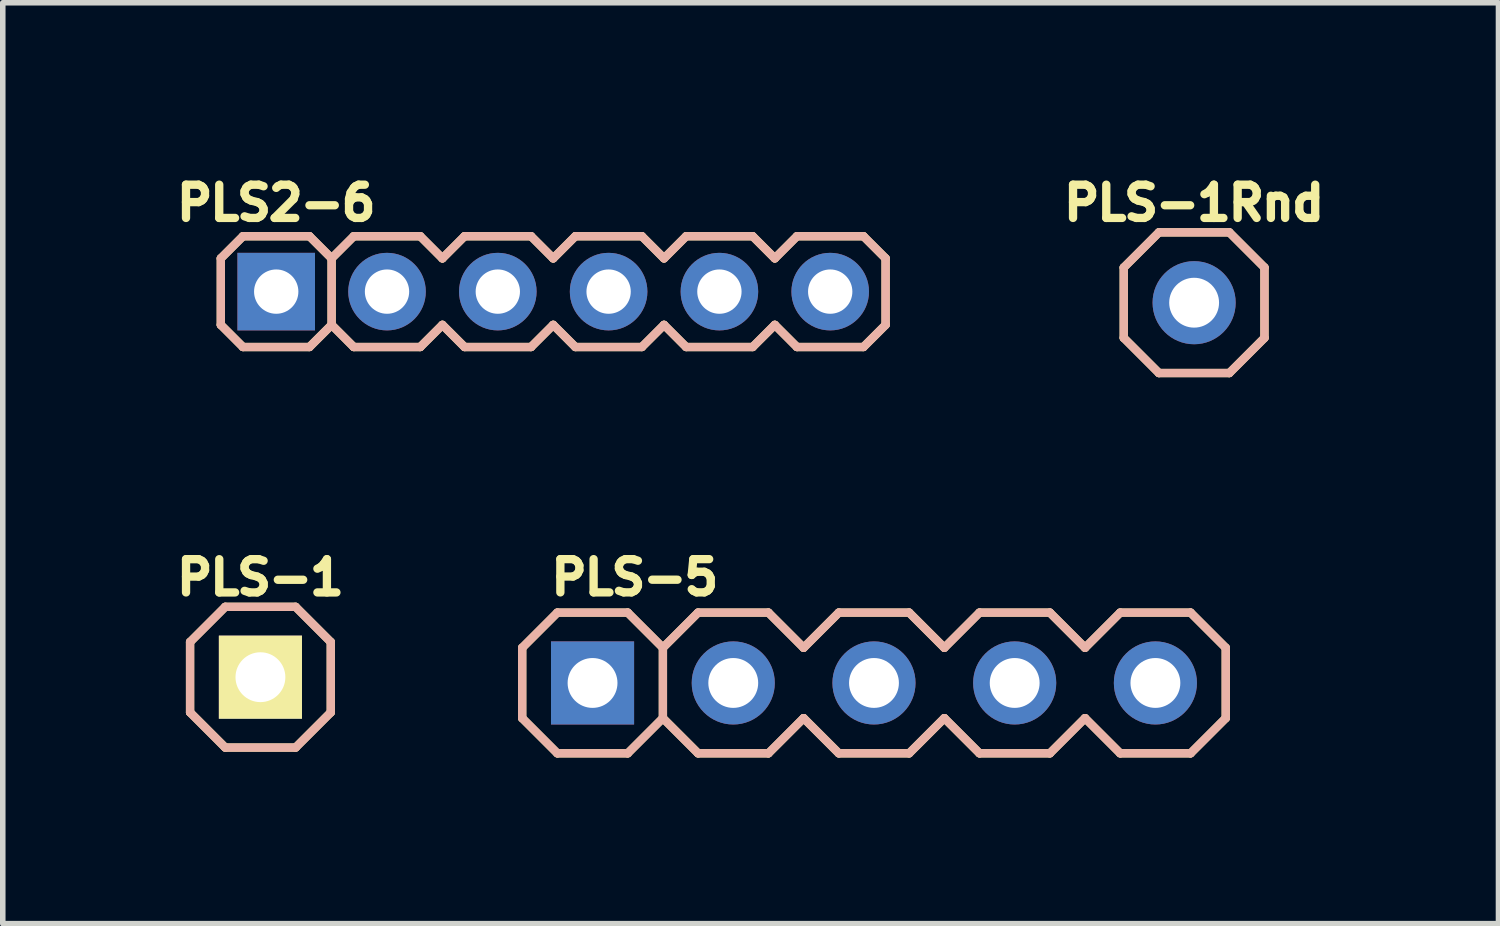
<source format=kicad_pcb>
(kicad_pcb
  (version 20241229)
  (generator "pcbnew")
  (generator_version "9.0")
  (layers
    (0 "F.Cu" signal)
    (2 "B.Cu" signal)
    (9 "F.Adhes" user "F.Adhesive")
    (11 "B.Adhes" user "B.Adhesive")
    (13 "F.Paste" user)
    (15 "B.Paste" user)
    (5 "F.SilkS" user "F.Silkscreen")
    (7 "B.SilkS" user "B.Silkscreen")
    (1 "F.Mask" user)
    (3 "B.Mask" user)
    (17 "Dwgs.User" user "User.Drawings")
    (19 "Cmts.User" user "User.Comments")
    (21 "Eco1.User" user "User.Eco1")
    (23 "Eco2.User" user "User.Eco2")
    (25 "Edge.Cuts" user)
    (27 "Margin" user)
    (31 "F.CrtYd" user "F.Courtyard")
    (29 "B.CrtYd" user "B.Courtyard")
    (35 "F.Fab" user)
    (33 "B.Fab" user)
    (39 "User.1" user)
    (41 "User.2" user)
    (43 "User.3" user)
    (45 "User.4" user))
  (footprint "PLS-5"
    (layer "F.Cu")
    (at 7.646 9.278)
    (property "Reference" "PLS-5" (at 0.762 -1.905 0) (layer "F.SilkS") (effects (font (size 0.6 0.6) (thickness 0.15))))
    (attr through_hole)
    (fp_line (start -1.27 0.635) (end -1.27 -0.635) (stroke (width 0.15) (type solid)) (layer "F.SilkS"))
    (fp_line (start -0.635 -1.27) (end -1.27 -0.635) (stroke (width 0.15) (type solid)) (layer "F.SilkS"))
    (fp_line (start -0.635 1.27) (end -1.27 0.635) (stroke (width 0.15) (type solid)) (layer "F.SilkS"))
    (fp_line (start 0.635 -1.27) (end -0.635 -1.27) (stroke (width 0.15) (type solid)) (layer "F.SilkS"))
    (fp_line (start 0.635 1.27) (end -0.635 1.27) (stroke (width 0.15) (type solid)) (layer "F.SilkS"))
    (fp_line (start 1.27 -0.635) (end 0.635 -1.27) (stroke (width 0.15) (type solid)) (layer "F.SilkS"))
    (fp_line (start 1.27 -0.635) (end 1.27 0.635) (stroke (width 0.15) (type solid)) (layer "F.SilkS"))
    (fp_line (start 1.27 0.635) (end 0.635 1.27) (stroke (width 0.15) (type solid)) (layer "F.SilkS"))
    (fp_line (start 1.905 -1.27) (end 1.27 -0.635) (stroke (width 0.15) (type solid)) (layer "F.SilkS"))
    (fp_line (start 1.905 1.27) (end 1.27 0.635) (stroke (width 0.15) (type solid)) (layer "F.SilkS"))
    (fp_line (start 3.175 -1.27) (end 1.905 -1.27) (stroke (width 0.15) (type solid)) (layer "F.SilkS"))
    (fp_line (start 3.175 1.27) (end 1.905 1.27) (stroke (width 0.15) (type solid)) (layer "F.SilkS"))
    (fp_line (start 3.81 -0.635) (end 3.175 -1.27) (stroke (width 0.15) (type solid)) (layer "F.SilkS"))
    (fp_line (start 3.81 0.635) (end 3.175 1.27) (stroke (width 0.15) (type solid)) (layer "F.SilkS"))
    (fp_line (start 4.445 -1.27) (end 3.81 -0.635) (stroke (width 0.15) (type solid)) (layer "F.SilkS"))
    (fp_line (start 4.445 1.27) (end 3.81 0.635) (stroke (width 0.15) (type solid)) (layer "F.SilkS"))
    (fp_line (start 5.715 -1.27) (end 4.445 -1.27) (stroke (width 0.15) (type solid)) (layer "F.SilkS"))
    (fp_line (start 5.715 1.27) (end 4.445 1.27) (stroke (width 0.15) (type solid)) (layer "F.SilkS"))
    (fp_line (start 6.35 -0.635) (end 5.715 -1.27) (stroke (width 0.15) (type solid)) (layer "F.SilkS"))
    (fp_line (start 6.35 0.635) (end 5.715 1.27) (stroke (width 0.15) (type solid)) (layer "F.SilkS"))
    (fp_line (start 6.985 -1.27) (end 6.35 -0.635) (stroke (width 0.15) (type solid)) (layer "F.SilkS"))
    (fp_line (start 6.985 1.27) (end 6.35 0.635) (stroke (width 0.15) (type solid)) (layer "F.SilkS"))
    (fp_line (start 8.255 -1.27) (end 6.985 -1.27) (stroke (width 0.15) (type solid)) (layer "F.SilkS"))
    (fp_line (start 8.255 1.27) (end 6.985 1.27) (stroke (width 0.15) (type solid)) (layer "F.SilkS"))
    (fp_line (start 8.89 -0.635) (end 8.255 -1.27) (stroke (width 0.15) (type solid)) (layer "F.SilkS"))
    (fp_line (start 8.89 0.635) (end 8.255 1.27) (stroke (width 0.15) (type solid)) (layer "F.SilkS"))
    (fp_line (start 9.525 -1.27) (end 8.89 -0.635) (stroke (width 0.15) (type solid)) (layer "F.SilkS"))
    (fp_line (start 9.525 1.27) (end 8.89 0.635) (stroke (width 0.15) (type solid)) (layer "F.SilkS"))
    (fp_line (start 10.795 -1.27) (end 9.525 -1.27) (stroke (width 0.15) (type solid)) (layer "F.SilkS"))
    (fp_line (start 10.795 1.27) (end 9.525 1.27) (stroke (width 0.15) (type solid)) (layer "F.SilkS"))
    (fp_line (start 11.43 -0.635) (end 10.795 -1.27) (stroke (width 0.15) (type solid)) (layer "F.SilkS"))
    (fp_line (start 11.43 -0.635) (end 11.43 0.635) (stroke (width 0.15) (type solid)) (layer "F.SilkS"))
    (fp_line (start 11.43 0.635) (end 10.795 1.27) (stroke (width 0.15) (type solid)) (layer "F.SilkS"))
    (fp_line (start -1.27 0.635) (end -1.27 -0.635) (stroke (width 0.15) (type solid)) (layer "B.SilkS"))
    (fp_line (start -0.635 -1.27) (end -1.27 -0.635) (stroke (width 0.15) (type solid)) (layer "B.SilkS"))
    (fp_line (start -0.635 -1.27) (end 0.635 -1.27) (stroke (width 0.15) (type solid)) (layer "B.SilkS"))
    (fp_line (start -0.635 1.27) (end -1.27 0.635) (stroke (width 0.15) (type solid)) (layer "B.SilkS"))
    (fp_line (start 0.635 1.27) (end -0.635 1.27) (stroke (width 0.15) (type solid)) (layer "B.SilkS"))
    (fp_line (start 1.27 -0.635) (end 0.635 -1.27) (stroke (width 0.15) (type solid)) (layer "B.SilkS"))
    (fp_line (start 1.27 -0.635) (end 1.27 0.635) (stroke (width 0.15) (type solid)) (layer "B.SilkS"))
    (fp_line (start 1.27 0.635) (end 0.635 1.27) (stroke (width 0.15) (type solid)) (layer "B.SilkS"))
    (fp_line (start 1.905 -1.27) (end 1.27 -0.635) (stroke (width 0.15) (type solid)) (layer "B.SilkS"))
    (fp_line (start 1.905 -1.27) (end 3.175 -1.27) (stroke (width 0.15) (type solid)) (layer "B.SilkS"))
    (fp_line (start 1.905 1.27) (end 1.27 0.635) (stroke (width 0.15) (type solid)) (layer "B.SilkS"))
    (fp_line (start 3.175 1.27) (end 1.905 1.27) (stroke (width 0.15) (type solid)) (layer "B.SilkS"))
    (fp_line (start 3.81 -0.635) (end 3.175 -1.27) (stroke (width 0.15) (type solid)) (layer "B.SilkS"))
    (fp_line (start 3.81 0.635) (end 3.175 1.27) (stroke (width 0.15) (type solid)) (layer "B.SilkS"))
    (fp_line (start 4.445 -1.27) (end 3.81 -0.635) (stroke (width 0.15) (type solid)) (layer "B.SilkS"))
    (fp_line (start 4.445 -1.27) (end 5.715 -1.27) (stroke (width 0.15) (type solid)) (layer "B.SilkS"))
    (fp_line (start 4.445 1.27) (end 3.81 0.635) (stroke (width 0.15) (type solid)) (layer "B.SilkS"))
    (fp_line (start 5.715 1.27) (end 4.445 1.27) (stroke (width 0.15) (type solid)) (layer "B.SilkS"))
    (fp_line (start 6.35 -0.635) (end 5.715 -1.27) (stroke (width 0.15) (type solid)) (layer "B.SilkS"))
    (fp_line (start 6.35 0.635) (end 5.715 1.27) (stroke (width 0.15) (type solid)) (layer "B.SilkS"))
    (fp_line (start 6.985 -1.27) (end 6.35 -0.635) (stroke (width 0.15) (type solid)) (layer "B.SilkS"))
    (fp_line (start 6.985 -1.27) (end 8.255 -1.27) (stroke (width 0.15) (type solid)) (layer "B.SilkS"))
    (fp_line (start 6.985 1.27) (end 6.35 0.635) (stroke (width 0.15) (type solid)) (layer "B.SilkS"))
    (fp_line (start 8.255 1.27) (end 6.985 1.27) (stroke (width 0.15) (type solid)) (layer "B.SilkS"))
    (fp_line (start 8.89 -0.635) (end 8.255 -1.27) (stroke (width 0.15) (type solid)) (layer "B.SilkS"))
    (fp_line (start 8.89 0.635) (end 8.255 1.27) (stroke (width 0.15) (type solid)) (layer "B.SilkS"))
    (fp_line (start 9.525 -1.27) (end 8.89 -0.635) (stroke (width 0.15) (type solid)) (layer "B.SilkS"))
    (fp_line (start 9.525 -1.27) (end 10.795 -1.27) (stroke (width 0.15) (type solid)) (layer "B.SilkS"))
    (fp_line (start 9.525 1.27) (end 8.89 0.635) (stroke (width 0.15) (type solid)) (layer "B.SilkS"))
    (fp_line (start 10.795 1.27) (end 9.525 1.27) (stroke (width 0.15) (type solid)) (layer "B.SilkS"))
    (fp_line (start 11.43 -0.635) (end 10.795 -1.27) (stroke (width 0.15) (type solid)) (layer "B.SilkS"))
    (fp_line (start 11.43 -0.635) (end 11.43 0.635) (stroke (width 0.15) (type solid)) (layer "B.SilkS"))
    (fp_line (start 11.43 0.635) (end 10.795 1.27) (stroke (width 0.15) (type solid)) (layer "B.SilkS"))
    (pad "1" thru_hole rect (at 0 0) (size 1.5 1.5) (drill 0.9) (layers "*.Cu" "*.Mask"))
    (pad "2" thru_hole circle (at 2.54 0) (size 1.5 1.5) (drill 0.9) (layers "*.Cu" "*.Mask"))
    (pad "3" thru_hole circle (at 5.08 0) (size 1.5 1.5) (drill 0.9) (layers "*.Cu" "*.Mask"))
    (pad "4" thru_hole circle (at 7.62 0) (size 1.5 1.5) (drill 0.9) (layers "*.Cu" "*.Mask"))
    (pad "5" thru_hole circle (at 10.16 0) (size 1.5 1.5) (drill 0.9) (layers "*.Cu" "*.Mask")))
  (footprint "PLS-1Rnd"
    (layer "F.Cu")
    (at 18.505 2.414)
    (property "Reference" "PLS-1Rnd" (at 0 -1.8 0) (layer "F.SilkS") (effects (font (size 0.6 0.6) (thickness 0.15))))
    (attr through_hole)
    (fp_line (start -1.27 -0.635) (end -1.27 0.635) (stroke (width 0.15) (type solid)) (layer "F.SilkS"))
    (fp_line (start -1.27 0.635) (end -0.635 1.27) (stroke (width 0.15) (type solid)) (layer "F.SilkS"))
    (fp_line (start -0.635 -1.27) (end -1.27 -0.635) (stroke (width 0.15) (type solid)) (layer "F.SilkS"))
    (fp_line (start 0.635 -1.27) (end -0.635 -1.27) (stroke (width 0.15) (type solid)) (layer "F.SilkS"))
    (fp_line (start 0.635 1.27) (end -0.635 1.27) (stroke (width 0.15) (type solid)) (layer "F.SilkS"))
    (fp_line (start 1.27 -0.635) (end 0.635 -1.27) (stroke (width 0.15) (type solid)) (layer "F.SilkS"))
    (fp_line (start 1.27 -0.635) (end 1.27 0.635) (stroke (width 0.15) (type solid)) (layer "F.SilkS"))
    (fp_line (start 1.27 0.635) (end 0.635 1.27) (stroke (width 0.15) (type solid)) (layer "F.SilkS"))
    (fp_line (start -1.27 -0.635) (end -1.27 0.635) (stroke (width 0.15) (type solid)) (layer "B.SilkS"))
    (fp_line (start -1.27 0.635) (end -0.635 1.27) (stroke (width 0.15) (type solid)) (layer "B.SilkS"))
    (fp_line (start -0.635 -1.27) (end -1.27 -0.635) (stroke (width 0.15) (type solid)) (layer "B.SilkS"))
    (fp_line (start -0.635 -1.27) (end 0.635 -1.27) (stroke (width 0.15) (type solid)) (layer "B.SilkS"))
    (fp_line (start 0.635 1.27) (end -0.635 1.27) (stroke (width 0.15) (type solid)) (layer "B.SilkS"))
    (fp_line (start 1.27 -0.635) (end 0.635 -1.27) (stroke (width 0.15) (type solid)) (layer "B.SilkS"))
    (fp_line (start 1.27 -0.635) (end 1.27 0.635) (stroke (width 0.15) (type solid)) (layer "B.SilkS"))
    (fp_line (start 1.27 0.635) (end 0.635 1.27) (stroke (width 0.15) (type solid)) (layer "B.SilkS"))
    (pad "1" thru_hole circle (at 0 0) (size 1.5 1.5) (drill 0.9) (layers "*.Cu" "*.Mask")))
  (footprint "PLS2-6"
    (layer "F.Cu")
    (at 6.936 2.214)
    (property "Reference" "PLS2-6" (at -5 -1.6 0) (layer "F.SilkS") (effects (font (size 0.6 0.6) (thickness 0.15))))
    (attr through_hole)
    (fp_line (start -6 -0.6) (end -5.6 -1) (stroke (width 0.15) (type solid)) (layer "F.SilkS"))
    (fp_line (start -6 0.6) (end -6 -0.6) (stroke (width 0.15) (type solid)) (layer "F.SilkS"))
    (fp_line (start -5.6 -1) (end -4.4 -1) (stroke (width 0.15) (type solid)) (layer "F.SilkS"))
    (fp_line (start -5.6 1) (end -6 0.6) (stroke (width 0.15) (type solid)) (layer "F.SilkS"))
    (fp_line (start -4.4 1) (end -5.6 1) (stroke (width 0.15) (type solid)) (layer "F.SilkS"))
    (fp_line (start -4 -0.6) (end -4.4 -1) (stroke (width 0.15) (type solid)) (layer "F.SilkS"))
    (fp_line (start -4 -0.6) (end -3.6 -1) (stroke (width 0.15) (type solid)) (layer "F.SilkS"))
    (fp_line (start -4 0.6) (end -4.4 1) (stroke (width 0.15) (type solid)) (layer "F.SilkS"))
    (fp_line (start -4 0.6) (end -4 -0.6) (stroke (width 0.15) (type solid)) (layer "F.SilkS"))
    (fp_line (start -3.6 -1) (end -2.4 -1) (stroke (width 0.15) (type solid)) (layer "F.SilkS"))
    (fp_line (start -3.6 1) (end -4 0.6) (stroke (width 0.15) (type solid)) (layer "F.SilkS"))
    (fp_line (start -2.4 -1) (end -2 -0.6) (stroke (width 0.15) (type solid)) (layer "F.SilkS"))
    (fp_line (start -2.4 1) (end -3.6 1) (stroke (width 0.15) (type solid)) (layer "F.SilkS"))
    (fp_line (start -2 -0.6) (end -1.6 -1) (stroke (width 0.15) (type solid)) (layer "F.SilkS"))
    (fp_line (start -2 0.6) (end -2.4 1) (stroke (width 0.15) (type solid)) (layer "F.SilkS"))
    (fp_line (start -1.6 -1) (end -0.4 -1) (stroke (width 0.15) (type solid)) (layer "F.SilkS"))
    (fp_line (start -1.6 1) (end -2 0.6) (stroke (width 0.15) (type solid)) (layer "F.SilkS"))
    (fp_line (start -0.4 -1) (end 0 -0.6) (stroke (width 0.15) (type solid)) (layer "F.SilkS"))
    (fp_line (start -0.4 1) (end -1.6 1) (stroke (width 0.15) (type solid)) (layer "F.SilkS"))
    (fp_line (start 0 -0.6) (end 0.4 -1) (stroke (width 0.15) (type solid)) (layer "F.SilkS"))
    (fp_line (start 0 0.6) (end -0.4 1) (stroke (width 0.15) (type solid)) (layer "F.SilkS"))
    (fp_line (start 0.4 -1) (end 1.6 -1) (stroke (width 0.15) (type solid)) (layer "F.SilkS"))
    (fp_line (start 0.4 1) (end 0 0.6) (stroke (width 0.15) (type solid)) (layer "F.SilkS"))
    (fp_line (start 1.6 -1) (end 2 -0.6) (stroke (width 0.15) (type solid)) (layer "F.SilkS"))
    (fp_line (start 1.6 1) (end 0.4 1) (stroke (width 0.15) (type solid)) (layer "F.SilkS"))
    (fp_line (start 2 -0.6) (end 2.4 -1) (stroke (width 0.15) (type solid)) (layer "F.SilkS"))
    (fp_line (start 2 0.6) (end 1.6 1) (stroke (width 0.15) (type solid)) (layer "F.SilkS"))
    (fp_line (start 2.4 -1) (end 3.6 -1) (stroke (width 0.15) (type solid)) (layer "F.SilkS"))
    (fp_line (start 2.4 1) (end 2 0.6) (stroke (width 0.15) (type solid)) (layer "F.SilkS"))
    (fp_line (start 3.6 -1) (end 4 -0.6) (stroke (width 0.15) (type solid)) (layer "F.SilkS"))
    (fp_line (start 3.6 1) (end 2.4 1) (stroke (width 0.15) (type solid)) (layer "F.SilkS"))
    (fp_line (start 4 -0.6) (end 4.4 -1) (stroke (width 0.15) (type solid)) (layer "F.SilkS"))
    (fp_line (start 4 0.6) (end 3.6 1) (stroke (width 0.15) (type solid)) (layer "F.SilkS"))
    (fp_line (start 4.4 -1) (end 5.6 -1) (stroke (width 0.15) (type solid)) (layer "F.SilkS"))
    (fp_line (start 4.4 1) (end 4 0.6) (stroke (width 0.15) (type solid)) (layer "F.SilkS"))
    (fp_line (start 5.6 -1) (end 6 -0.6) (stroke (width 0.15) (type solid)) (layer "F.SilkS"))
    (fp_line (start 5.6 1) (end 4.4 1) (stroke (width 0.15) (type solid)) (layer "F.SilkS"))
    (fp_line (start 6 -0.6) (end 6 0.6) (stroke (width 0.15) (type solid)) (layer "F.SilkS"))
    (fp_line (start 6 0.6) (end 5.6 1) (stroke (width 0.15) (type solid)) (layer "F.SilkS"))
    (fp_line (start -6 -0.6) (end -5.6 -1) (stroke (width 0.15) (type solid)) (layer "B.SilkS"))
    (fp_line (start -6 0.6) (end -6 -0.6) (stroke (width 0.15) (type solid)) (layer "B.SilkS"))
    (fp_line (start -5.6 -1) (end -4.4 -1) (stroke (width 0.15) (type solid)) (layer "B.SilkS"))
    (fp_line (start -5.6 1) (end -6 0.6) (stroke (width 0.15) (type solid)) (layer "B.SilkS"))
    (fp_line (start -4.4 -1) (end -4 -0.6) (stroke (width 0.15) (type solid)) (layer "B.SilkS"))
    (fp_line (start -4.4 1) (end -5.6 1) (stroke (width 0.15) (type solid)) (layer "B.SilkS"))
    (fp_line (start -4 -0.6) (end -4 0.6) (stroke (width 0.15) (type solid)) (layer "B.SilkS"))
    (fp_line (start -4 -0.6) (end -3.6 -1) (stroke (width 0.15) (type solid)) (layer "B.SilkS"))
    (fp_line (start -4 0.6) (end -4.4 1) (stroke (width 0.15) (type solid)) (layer "B.SilkS"))
    (fp_line (start -3.6 -1) (end -2.4 -1) (stroke (width 0.15) (type solid)) (layer "B.SilkS"))
    (fp_line (start -3.6 1) (end -4 0.6) (stroke (width 0.15) (type solid)) (layer "B.SilkS"))
    (fp_line (start -2.4 -1) (end -2 -0.6) (stroke (width 0.15) (type solid)) (layer "B.SilkS"))
    (fp_line (start -2.4 1) (end -3.6 1) (stroke (width 0.15) (type solid)) (layer "B.SilkS"))
    (fp_line (start -2 -0.6) (end -1.6 -1) (stroke (width 0.15) (type solid)) (layer "B.SilkS"))
    (fp_line (start -2 0.6) (end -2.4 1) (stroke (width 0.15) (type solid)) (layer "B.SilkS"))
    (fp_line (start -1.6 -1) (end -0.4 -1) (stroke (width 0.15) (type solid)) (layer "B.SilkS"))
    (fp_line (start -1.6 1) (end -2 0.6) (stroke (width 0.15) (type solid)) (layer "B.SilkS"))
    (fp_line (start -0.4 -1) (end 0 -0.6) (stroke (width 0.15) (type solid)) (layer "B.SilkS"))
    (fp_line (start -0.4 1) (end -1.6 1) (stroke (width 0.15) (type solid)) (layer "B.SilkS"))
    (fp_line (start 0 -0.6) (end 0.4 -1) (stroke (width 0.15) (type solid)) (layer "B.SilkS"))
    (fp_line (start 0 0.6) (end -0.4 1) (stroke (width 0.15) (type solid)) (layer "B.SilkS"))
    (fp_line (start 0.4 -1) (end 1.6 -1) (stroke (width 0.15) (type solid)) (layer "B.SilkS"))
    (fp_line (start 0.4 1) (end 0 0.6) (stroke (width 0.15) (type solid)) (layer "B.SilkS"))
    (fp_line (start 1.6 -1) (end 2 -0.6) (stroke (width 0.15) (type solid)) (layer "B.SilkS"))
    (fp_line (start 1.6 1) (end 0.4 1) (stroke (width 0.15) (type solid)) (layer "B.SilkS"))
    (fp_line (start 2 -0.6) (end 2.4 -1) (stroke (width 0.15) (type solid)) (layer "B.SilkS"))
    (fp_line (start 2 0.6) (end 1.6 1) (stroke (width 0.15) (type solid)) (layer "B.SilkS"))
    (fp_line (start 2.4 -1) (end 3.6 -1) (stroke (width 0.15) (type solid)) (layer "B.SilkS"))
    (fp_line (start 2.4 1) (end 2 0.6) (stroke (width 0.15) (type solid)) (layer "B.SilkS"))
    (fp_line (start 3.6 -1) (end 4 -0.6) (stroke (width 0.15) (type solid)) (layer "B.SilkS"))
    (fp_line (start 3.6 1) (end 2.4 1) (stroke (width 0.15) (type solid)) (layer "B.SilkS"))
    (fp_line (start 4 -0.6) (end 4.4 -1) (stroke (width 0.15) (type solid)) (layer "B.SilkS"))
    (fp_line (start 4 0.6) (end 3.6 1) (stroke (width 0.15) (type solid)) (layer "B.SilkS"))
    (fp_line (start 4.4 -1) (end 5.6 -1) (stroke (width 0.15) (type solid)) (layer "B.SilkS"))
    (fp_line (start 4.4 1) (end 4 0.6) (stroke (width 0.15) (type solid)) (layer "B.SilkS"))
    (fp_line (start 5.6 -1) (end 6 -0.6) (stroke (width 0.15) (type solid)) (layer "B.SilkS"))
    (fp_line (start 5.6 1) (end 4.4 1) (stroke (width 0.15) (type solid)) (layer "B.SilkS"))
    (fp_line (start 6 -0.6) (end 6 0.6) (stroke (width 0.15) (type solid)) (layer "B.SilkS"))
    (fp_line (start 6 0.6) (end 5.6 1) (stroke (width 0.15) (type solid)) (layer "B.SilkS"))
    (pad "1" thru_hole rect (at -5 0) (size 1.4 1.4) (drill 0.8) (layers "*.Cu" "*.Mask"))
    (pad "2" thru_hole circle (at -3 0) (size 1.4 1.4) (drill 0.8) (layers "*.Cu" "*.Mask"))
    (pad "3" thru_hole circle (at -1 0) (size 1.4 1.4) (drill 0.8) (layers "*.Cu" "*.Mask"))
    (pad "4" thru_hole circle (at 1 0) (size 1.4 1.4) (drill 0.8) (layers "*.Cu" "*.Mask"))
    (pad "5" thru_hole circle (at 3 0) (size 1.4 1.4) (drill 0.8) (layers "*.Cu" "*.Mask"))
    (pad "6" thru_hole circle (at 5 0) (size 1.4 1.4) (drill 0.8) (layers "*.Cu" "*.Mask")))
  (footprint "PLS-1"
    (layer "F.Cu")
    (at 1.651 9.174)
    (property "Reference" "PLS-1" (at 0 -1.8 0) (layer "F.SilkS") (effects (font (size 0.6 0.6) (thickness 0.15))))
    (attr through_hole)
    (fp_line (start -1.27 -0.635) (end -1.27 0.635) (stroke (width 0.15) (type solid)) (layer "F.SilkS"))
    (fp_line (start -1.27 0.635) (end -0.635 1.27) (stroke (width 0.15) (type solid)) (layer "F.SilkS"))
    (fp_line (start -0.635 -1.27) (end -1.27 -0.635) (stroke (width 0.15) (type solid)) (layer "F.SilkS"))
    (fp_line (start 0.635 -1.27) (end -0.635 -1.27) (stroke (width 0.15) (type solid)) (layer "F.SilkS"))
    (fp_line (start 0.635 1.27) (end -0.635 1.27) (stroke (width 0.15) (type solid)) (layer "F.SilkS"))
    (fp_line (start 1.27 -0.635) (end 0.635 -1.27) (stroke (width 0.15) (type solid)) (layer "F.SilkS"))
    (fp_line (start 1.27 -0.635) (end 1.27 0.635) (stroke (width 0.15) (type solid)) (layer "F.SilkS"))
    (fp_line (start 1.27 0.635) (end 0.635 1.27) (stroke (width 0.15) (type solid)) (layer "F.SilkS"))
    (fp_line (start -1.27 -0.635) (end -1.27 0.635) (stroke (width 0.15) (type solid)) (layer "B.SilkS"))
    (fp_line (start -1.27 0.635) (end -0.635 1.27) (stroke (width 0.15) (type solid)) (layer "B.SilkS"))
    (fp_line (start -0.635 -1.27) (end -1.27 -0.635) (stroke (width 0.15) (type solid)) (layer "B.SilkS"))
    (fp_line (start -0.635 -1.27) (end 0.635 -1.27) (stroke (width 0.15) (type solid)) (layer "B.SilkS"))
    (fp_line (start 0.635 1.27) (end -0.635 1.27) (stroke (width 0.15) (type solid)) (layer "B.SilkS"))
    (fp_line (start 1.27 -0.635) (end 0.635 -1.27) (stroke (width 0.15) (type solid)) (layer "B.SilkS"))
    (fp_line (start 1.27 -0.635) (end 1.27 0.635) (stroke (width 0.15) (type solid)) (layer "B.SilkS"))
    (fp_line (start 1.27 0.635) (end 0.635 1.27) (stroke (width 0.15) (type solid)) (layer "B.SilkS"))
    (pad "1" thru_hole rect (at 0 0) (size 1.5 1.5) (drill 0.9) (layers "*.Cu" "*.Mask" "F.SilkS")))
  (gr_rect
    (start -3 -3)
    (end 23.999 13.623)
    (stroke (width 0.1) (type default))
    (fill no)
    (layer "Edge.Cuts")))
</source>
